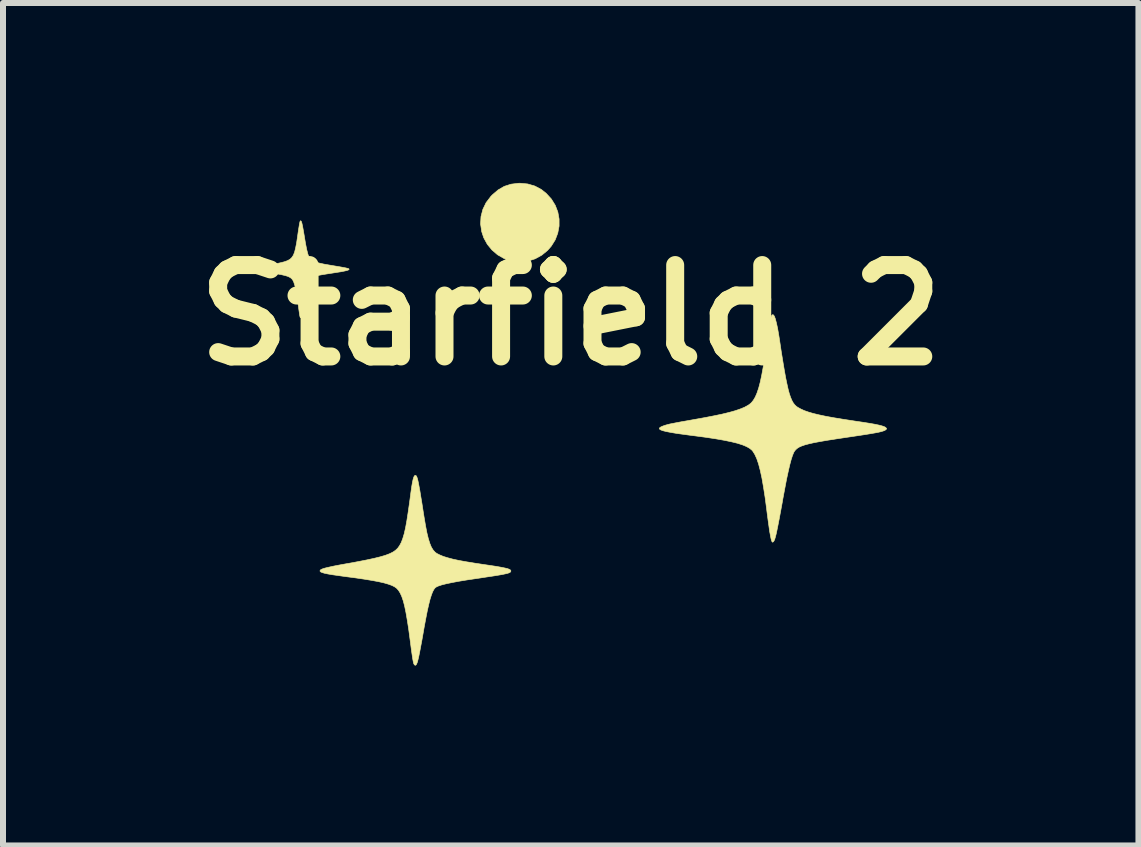
<source format=kicad_pcb>
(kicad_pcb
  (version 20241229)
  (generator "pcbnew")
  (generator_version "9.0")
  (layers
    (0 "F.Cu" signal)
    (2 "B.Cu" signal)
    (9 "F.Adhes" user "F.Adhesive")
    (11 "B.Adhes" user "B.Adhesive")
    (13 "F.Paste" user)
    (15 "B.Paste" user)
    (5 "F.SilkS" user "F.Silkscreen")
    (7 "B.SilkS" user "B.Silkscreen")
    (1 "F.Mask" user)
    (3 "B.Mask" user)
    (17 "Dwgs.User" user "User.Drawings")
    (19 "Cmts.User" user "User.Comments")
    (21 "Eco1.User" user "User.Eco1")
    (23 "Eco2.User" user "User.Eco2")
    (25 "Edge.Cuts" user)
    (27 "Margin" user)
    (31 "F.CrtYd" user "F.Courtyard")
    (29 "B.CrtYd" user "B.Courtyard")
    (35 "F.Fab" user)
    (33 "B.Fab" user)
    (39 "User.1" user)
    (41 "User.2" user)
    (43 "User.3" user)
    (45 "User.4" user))
  (footprint "Starfield 2"
    (layer "F.Cu")
    (at 6.466 2.204)
    (property "Reference" "Starfield 2" (at 0 0 0) (layer "F.SilkS") (effects (font (size 1.524 1.524) (thickness 0.3))))
    (attr through_hole)
    (fp_poly (pts (xy -0.718 -2.187) (xy -0.598 -2.152) (xy -0.488 -2.093) (xy -0.409 -2.03) (xy -0.323 -1.936) (xy -0.258 -1.831) (xy -0.215 -1.719) (xy -0.194 -1.602) (xy -0.194 -1.484) (xy -0.216 -1.367) (xy -0.259 -1.254) (xy -0.325 -1.149) (xy -0.385 -1.08) (xy -0.482 -1) (xy -0.591 -0.94) (xy -0.707 -0.902) (xy -0.828 -0.886) (xy -0.95 -0.894) (xy -0.995 -0.903) (xy -1.112 -0.944) (xy -1.22 -1.006) (xy -1.313 -1.086) (xy -1.391 -1.181) (xy -1.45 -1.289) (xy -1.484 -1.391) (xy -1.503 -1.52) (xy -1.496 -1.644) (xy -1.465 -1.763) (xy -1.411 -1.875) (xy -1.332 -1.979) (xy -1.308 -2.004) (xy -1.211 -2.087) (xy -1.108 -2.147) (xy -0.996 -2.183) (xy -0.873 -2.198) (xy -0.847 -2.199) (xy -0.718 -2.187)) (stroke (width 0.01) (type solid)) (fill yes) (layer "F.SilkS"))
    (fp_poly (pts (xy -4.493 -1.564) (xy -4.483 -1.536) (xy -4.472 -1.487) (xy -4.459 -1.416) (xy -4.443 -1.322) (xy -4.441 -1.309) (xy -4.421 -1.189) (xy -4.402 -1.093) (xy -4.383 -1.019) (xy -4.364 -0.965) (xy -4.344 -0.931) (xy -4.331 -0.919) (xy -4.296 -0.9) (xy -4.25 -0.883) (xy -4.19 -0.867) (xy -4.113 -0.85) (xy -4.015 -0.833) (xy -3.944 -0.821) (xy -3.87 -0.809) (xy -3.804 -0.797) (xy -3.751 -0.787) (xy -3.714 -0.778) (xy -3.699 -0.772) (xy -3.695 -0.763) (xy -3.704 -0.754) (xy -3.728 -0.745) (xy -3.77 -0.735) (xy -3.831 -0.723) (xy -3.914 -0.71) (xy -3.971 -0.701) (xy -4.076 -0.685) (xy -4.16 -0.671) (xy -4.224 -0.659) (xy -4.272 -0.646) (xy -4.307 -0.632) (xy -4.331 -0.616) (xy -4.348 -0.597) (xy -4.359 -0.574) (xy -4.366 -0.555) (xy -4.375 -0.524) (xy -4.387 -0.473) (xy -4.401 -0.407) (xy -4.417 -0.33) (xy -4.433 -0.248) (xy -4.436 -0.232) (xy -4.455 -0.134) (xy -4.47 -0.059) (xy -4.483 -0.005) (xy -4.493 0.028) (xy -4.502 0.043) (xy -4.509 0.041) (xy -4.515 0.024) (xy -4.515 0.023) (xy -4.52 -0.001) (xy -4.526 -0.043) (xy -4.534 -0.099) (xy -4.542 -0.162) (xy -4.543 -0.164) (xy -4.561 -0.296) (xy -4.579 -0.403) (xy -4.598 -0.487) (xy -4.618 -0.55) (xy -4.62 -0.555) (xy -4.634 -0.583) (xy -4.652 -0.607) (xy -4.678 -0.627) (xy -4.714 -0.645) (xy -4.763 -0.66) (xy -4.828 -0.675) (xy -4.91 -0.69) (xy -5.014 -0.705) (xy -5.072 -0.713) (xy -5.167 -0.728) (xy -5.237 -0.74) (xy -5.282 -0.752) (xy -5.302 -0.763) (xy -5.298 -0.774) (xy -5.27 -0.786) (xy -5.217 -0.799) (xy -5.141 -0.814) (xy -5.105 -0.821) (xy -5.032 -0.834) (xy -4.955 -0.849) (xy -4.884 -0.863) (xy -4.839 -0.873) (xy -4.776 -0.889) (xy -4.725 -0.907) (xy -4.684 -0.929) (xy -4.651 -0.959) (xy -4.625 -0.998) (xy -4.604 -1.051) (xy -4.587 -1.12) (xy -4.57 -1.207) (xy -4.554 -1.316) (xy -4.549 -1.352) (xy -4.539 -1.42) (xy -4.529 -1.481) (xy -4.521 -1.529) (xy -4.514 -1.559) (xy -4.511 -1.566) (xy -4.503 -1.574) (xy -4.493 -1.564)) (stroke (width 0.01) (type solid)) (fill yes) (layer "F.SilkS"))
    (fp_poly (pts (xy -2.583 2.674) (xy -2.575 2.681) (xy -2.567 2.695) (xy -2.559 2.717) (xy -2.55 2.749) (xy -2.54 2.795) (xy -2.529 2.854) (xy -2.515 2.93) (xy -2.5 3.024) (xy -2.481 3.138) (xy -2.46 3.274) (xy -2.445 3.368) (xy -2.421 3.51) (xy -2.398 3.63) (xy -2.374 3.728) (xy -2.349 3.807) (xy -2.323 3.87) (xy -2.293 3.918) (xy -2.261 3.953) (xy -2.233 3.974) (xy -2.183 3.999) (xy -2.123 4.024) (xy -2.051 4.046) (xy -1.965 4.069) (xy -1.863 4.091) (xy -1.741 4.113) (xy -1.599 4.136) (xy -1.46 4.157) (xy -1.338 4.175) (xy -1.239 4.19) (xy -1.161 4.204) (xy -1.101 4.216) (xy -1.057 4.226) (xy -1.027 4.237) (xy -1.009 4.247) (xy -1 4.258) (xy -0.998 4.267) (xy -1.001 4.277) (xy -1.009 4.287) (xy -1.025 4.296) (xy -1.051 4.305) (xy -1.089 4.314) (xy -1.141 4.325) (xy -1.21 4.337) (xy -1.297 4.351) (xy -1.405 4.367) (xy -1.535 4.387) (xy -1.562 4.391) (xy -1.726 4.415) (xy -1.866 4.438) (xy -1.983 4.46) (xy -2.078 4.48) (xy -2.153 4.499) (xy -2.209 4.518) (xy -2.236 4.53) (xy -2.26 4.547) (xy -2.282 4.575) (xy -2.303 4.615) (xy -2.324 4.67) (xy -2.346 4.74) (xy -2.368 4.827) (xy -2.392 4.934) (xy -2.417 5.062) (xy -2.445 5.212) (xy -2.457 5.282) (xy -2.481 5.418) (xy -2.502 5.53) (xy -2.519 5.621) (xy -2.534 5.694) (xy -2.547 5.749) (xy -2.558 5.789) (xy -2.569 5.816) (xy -2.578 5.831) (xy -2.587 5.838) (xy -2.591 5.838) (xy -2.606 5.832) (xy -2.618 5.81) (xy -2.627 5.772) (xy -2.633 5.74) (xy -2.641 5.688) (xy -2.651 5.62) (xy -2.662 5.54) (xy -2.673 5.454) (xy -2.679 5.409) (xy -2.702 5.236) (xy -2.725 5.088) (xy -2.747 4.961) (xy -2.769 4.854) (xy -2.792 4.765) (xy -2.817 4.692) (xy -2.843 4.635) (xy -2.871 4.59) (xy -2.901 4.556) (xy -2.906 4.552) (xy -2.94 4.528) (xy -2.985 4.506) (xy -3.044 4.485) (xy -3.117 4.464) (xy -3.206 4.444) (xy -3.314 4.424) (xy -3.441 4.403) (xy -3.591 4.381) (xy -3.753 4.36) (xy -3.874 4.343) (xy -3.973 4.329) (xy -4.049 4.316) (xy -4.106 4.304) (xy -4.146 4.292) (xy -4.17 4.281) (xy -4.18 4.269) (xy -4.18 4.262) (xy -4.174 4.25) (xy -4.157 4.239) (xy -4.128 4.227) (xy -4.085 4.215) (xy -4.025 4.201) (xy -3.947 4.184) (xy -3.848 4.165) (xy -3.726 4.143) (xy -3.706 4.14) (xy -3.539 4.109) (xy -3.396 4.081) (xy -3.276 4.055) (xy -3.175 4.03) (xy -3.093 4.006) (xy -3.029 3.982) (xy -3.01 3.974) (xy -2.963 3.95) (xy -2.922 3.922) (xy -2.885 3.887) (xy -2.854 3.844) (xy -2.825 3.79) (xy -2.8 3.724) (xy -2.776 3.644) (xy -2.754 3.547) (xy -2.733 3.432) (xy -2.712 3.296) (xy -2.689 3.138) (xy -2.679 3.062) (xy -2.664 2.949) (xy -2.651 2.858) (xy -2.639 2.788) (xy -2.628 2.737) (xy -2.617 2.702) (xy -2.607 2.682) (xy -2.596 2.673) (xy -2.592 2.673) (xy -2.583 2.674)) (stroke (width 0.01) (type solid)) (fill yes) (layer "F.SilkS"))
    (fp_poly (pts (xy 3.378 -0.005) (xy 3.395 0.017) (xy 3.412 0.063) (xy 3.43 0.132) (xy 3.45 0.224) (xy 3.47 0.341) (xy 3.482 0.417) (xy 3.51 0.606) (xy 3.537 0.772) (xy 3.561 0.916) (xy 3.583 1.04) (xy 3.605 1.146) (xy 3.625 1.236) (xy 3.645 1.31) (xy 3.666 1.371) (xy 3.687 1.421) (xy 3.709 1.461) (xy 3.733 1.493) (xy 3.759 1.518) (xy 3.787 1.539) (xy 3.788 1.539) (xy 3.837 1.566) (xy 3.894 1.592) (xy 3.962 1.616) (xy 4.044 1.64) (xy 4.14 1.663) (xy 4.253 1.687) (xy 4.385 1.711) (xy 4.537 1.736) (xy 4.713 1.763) (xy 4.752 1.769) (xy 4.881 1.788) (xy 4.987 1.805) (xy 5.072 1.82) (xy 5.139 1.834) (xy 5.189 1.847) (xy 5.225 1.859) (xy 5.248 1.871) (xy 5.256 1.878) (xy 5.267 1.893) (xy 5.259 1.907) (xy 5.25 1.914) (xy 5.234 1.923) (xy 5.211 1.932) (xy 5.178 1.942) (xy 5.133 1.953) (xy 5.075 1.964) (xy 5 1.977) (xy 4.908 1.992) (xy 4.796 2.009) (xy 4.662 2.029) (xy 4.587 2.04) (xy 4.421 2.065) (xy 4.279 2.087) (xy 4.158 2.108) (xy 4.056 2.127) (xy 3.972 2.146) (xy 3.904 2.164) (xy 3.849 2.183) (xy 3.805 2.203) (xy 3.772 2.225) (xy 3.747 2.249) (xy 3.727 2.275) (xy 3.718 2.292) (xy 3.698 2.34) (xy 3.676 2.407) (xy 3.653 2.493) (xy 3.628 2.601) (xy 3.6 2.73) (xy 3.571 2.882) (xy 3.538 3.058) (xy 3.526 3.128) (xy 3.499 3.275) (xy 3.476 3.399) (xy 3.456 3.502) (xy 3.439 3.586) (xy 3.425 3.652) (xy 3.412 3.702) (xy 3.401 3.739) (xy 3.39 3.763) (xy 3.381 3.777) (xy 3.381 3.777) (xy 3.367 3.787) (xy 3.356 3.778) (xy 3.349 3.76) (xy 3.34 3.729) (xy 3.33 3.678) (xy 3.317 3.608) (xy 3.304 3.515) (xy 3.288 3.4) (xy 3.27 3.262) (xy 3.267 3.235) (xy 3.241 3.039) (xy 3.214 2.866) (xy 3.188 2.717) (xy 3.16 2.589) (xy 3.132 2.482) (xy 3.102 2.394) (xy 3.07 2.324) (xy 3.037 2.271) (xy 3.021 2.252) (xy 2.983 2.221) (xy 2.932 2.192) (xy 2.865 2.164) (xy 2.781 2.137) (xy 2.679 2.112) (xy 2.558 2.087) (xy 2.415 2.062) (xy 2.25 2.037) (xy 2.061 2.012) (xy 2.041 2.01) (xy 1.893 1.99) (xy 1.769 1.973) (xy 1.668 1.956) (xy 1.59 1.941) (xy 1.532 1.926) (xy 1.496 1.912) (xy 1.478 1.897) (xy 1.479 1.883) (xy 1.497 1.868) (xy 1.526 1.854) (xy 1.553 1.844) (xy 1.58 1.835) (xy 1.612 1.826) (xy 1.651 1.816) (xy 1.701 1.806) (xy 1.763 1.794) (xy 1.842 1.779) (xy 1.94 1.762) (xy 2.041 1.744) (xy 2.225 1.711) (xy 2.385 1.68) (xy 2.524 1.651) (xy 2.643 1.622) (xy 2.743 1.594) (xy 2.827 1.565) (xy 2.896 1.537) (xy 2.951 1.507) (xy 2.973 1.493) (xy 3.011 1.462) (xy 3.045 1.42) (xy 3.077 1.366) (xy 3.106 1.299) (xy 3.134 1.216) (xy 3.16 1.117) (xy 3.185 1) (xy 3.21 0.863) (xy 3.235 0.704) (xy 3.26 0.522) (xy 3.266 0.474) (xy 3.284 0.34) (xy 3.3 0.23) (xy 3.315 0.143) (xy 3.329 0.076) (xy 3.341 0.03) (xy 3.353 0.003) (xy 3.361 -0.006) (xy 3.378 -0.005)) (stroke (width 0.01) (type solid)) (fill yes) (layer "F.SilkS")))
  (gr_rect
    (start -3 -3)
    (end 15.932 11.047)
    (stroke (width 0.1) (type default))
    (fill no)
    (layer "Edge.Cuts")))
</source>
